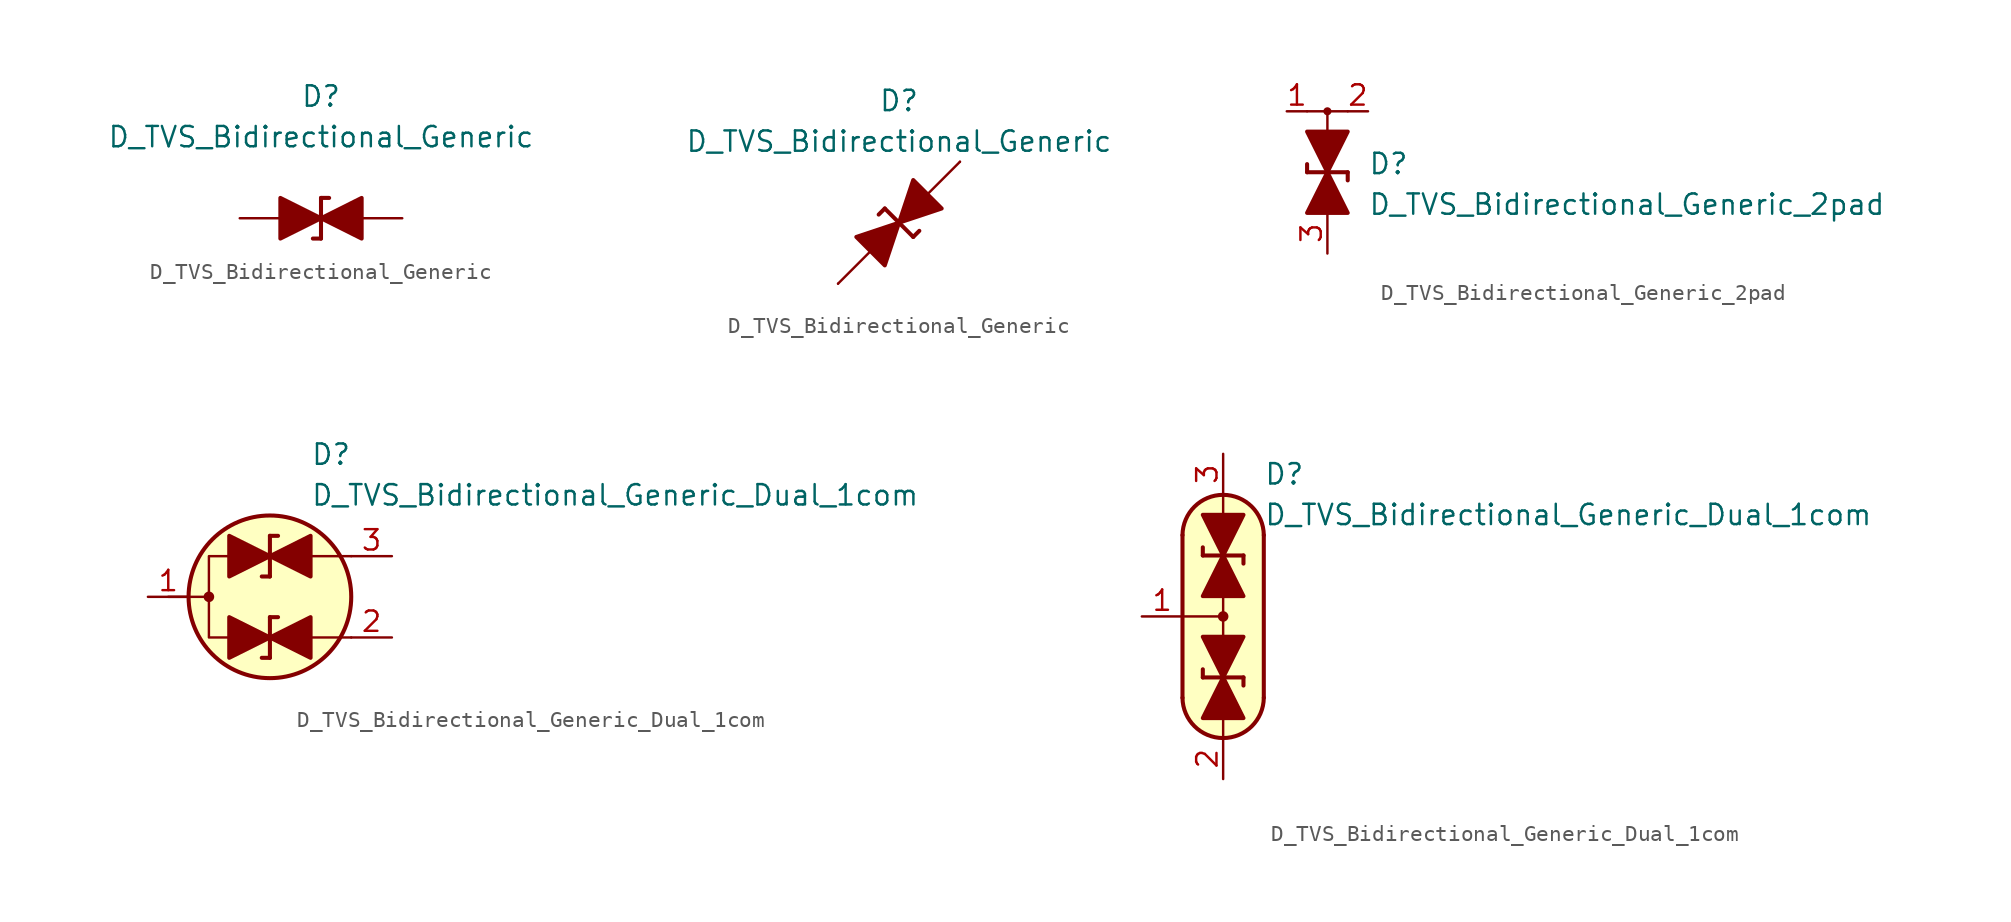
<source format=kicad_sym>
(kicad_symbol_lib
  (version 20231120)
  (generator "kicad_symbol_editor")
  (generator_version "8.0")
  (symbol "D_TVS_Bidirectional_Generic"
    (pin_numbers hide)
    (pin_names
      (offset 1.016) hide)
    (property "Reference" "D"
      (at 0 7.62 0)
      (effects (font (size 1.27 1.27))))
    (property "Value" "D_TVS_Bidirectional_Generic"
      (at 0 5.08 0)
      (effects (font (size 1.27 1.27))))
    (symbol "D_TVS_Bidirectional_Generic_0_1"
      (polyline (pts (xy 0 -1.27) (xy -0.508 -1.27)) (stroke (width 0.254) (type default)) (fill (type none)))
      (polyline (pts (xy 0 1.27) (xy 0 -1.27)) (stroke (width 0.254) (type default)) (fill (type none)))
      (polyline (pts (xy 0 1.27) (xy 0.508 1.27)) (stroke (width 0.254) (type default)) (fill (type none)))
      (polyline (pts (xy 1.27 0) (xy -1.27 0)) (stroke (width 0) (type default)) (fill (type none)))
      (polyline (pts (xy 0 0) (xy -2.54 1.27) (xy -2.54 -1.27) (xy 0 0)) (stroke (width 0.254) (type default)) (fill (type outline)))
      (polyline (pts (xy 2.54 1.27) (xy 2.54 -1.27) (xy 0 0) (xy 2.54 1.27)) (stroke (width 0.254) (type default)) (fill (type outline))))
    (symbol "D_TVS_Bidirectional_Generic_0_2"
      (polyline (pts (xy -3.81 -3.81) (xy 3.81 3.81)) (stroke (width 0) (type default)) (fill (type none)))
      (polyline (pts (xy -0.889 0.889) (xy -1.27 0.508)) (stroke (width 0.254) (type default)) (fill (type none)))
      (polyline (pts (xy -0.889 0.889) (xy 0.889 -0.889)) (stroke (width 0.254) (type default)) (fill (type none)))
      (polyline (pts (xy 0.889 -0.889) (xy 1.27 -0.508)) (stroke (width 0.254) (type default)) (fill (type none)))
      (polyline (pts (xy -1.778 -1.778) (xy -2.667 -0.889) (xy 0 0) (xy -0.889 -2.667) (xy -1.778 -1.778)) (stroke (width 0.254) (type default)) (fill (type outline)))
      (polyline (pts (xy 1.778 1.778) (xy 2.667 0.889) (xy 0 0) (xy 0.889 2.667) (xy 1.778 1.778)) (stroke (width 0.254) (type default)) (fill (type outline))))
    (symbol "D_TVS_Bidirectional_Generic_1_1"
      (pin passive line (at -5.08 0 0) (length 2.54) (name "K" (effects (font (size 1.27 1.27)))) (number "1" (effects (font (size 1.27 1.27)))))
      (pin passive line (at 5.08 0 180) (length 2.54) (name "A" (effects (font (size 1.27 1.27)))) (number "2" (effects (font (size 1.27 1.27))))))
    (symbol "D_TVS_Bidirectional_Generic_1_2"
      (pin passive line (at 3.81 3.81 180) (length 0) (name "K" (effects (font (size 1.27 1.27)))) (number "1" (effects (font (size 1.27 1.27)))))
      (pin passive line (at -3.81 -3.81 0) (length 0) (name "A" (effects (font (size 1.27 1.27)))) (number "2" (effects (font (size 1.27 1.27)))))))
  (symbol "D_TVS_Bidirectional_Generic_2pad"
    (pin_names
      (offset 1.016) hide)
    (property "Reference" "D"
      (at 2.54 1.27 0)
      (effects (font (size 1.27 1.27)) (justify left top)))
    (property "Value" "D_TVS_Bidirectional_Generic_2pad"
      (at 2.54 -1.27 0)
      (effects (font (size 1.27 1.27)) (justify left top)))
    (symbol "D_TVS_Bidirectional_Generic_2pad_0_1"
      (polyline (pts (xy -1.27 0) (xy -1.27 0.508)) (stroke (width 0.254) (type default)) (fill (type none)))
      (polyline (pts (xy -1.27 0) (xy 1.27 0)) (stroke (width 0.254) (type default)) (fill (type none)))
      (polyline (pts (xy 0 1.27) (xy 0 -1.27)) (stroke (width 0) (type default)) (fill (type none)))
      (polyline (pts (xy 0 2.54) (xy 0 1.27)) (stroke (width 0) (type default)) (fill (type none)))
      (polyline (pts (xy 1.27 0) (xy 1.27 -0.508)) (stroke (width 0.254) (type default)) (fill (type none)))
      (polyline (pts (xy -1.27 2.54) (xy 1.27 2.54) (xy 0 0) (xy -1.27 2.54)) (stroke (width 0.254) (type default)) (fill (type outline)))
      (polyline (pts (xy 0 0) (xy -1.27 -2.54) (xy 1.27 -2.54) (xy 0 0)) (stroke (width 0.254) (type default)) (fill (type outline))))
    (symbol "D_TVS_Bidirectional_Generic_2pad_1_1"
      (polyline (pts (xy 0 2.54) (xy 0 3.81)) (stroke (width 0) (type default)) (fill (type none)))
      (polyline (pts (xy 1.27 3.81) (xy -1.27 3.81)) (stroke (width 0) (type default)) (fill (type none)))
      (circle (center 0 3.81) (radius 0.178) (stroke (width 0) (type default)) (fill (type outline)))
      (pin passive line (at -2.54 3.81 0) (length 1.27) (name "In" (effects (font (size 1.27 1.27)))) (number "1" (effects (font (size 1.27 1.27)))))
      (pin passive line (at 2.54 3.81 180) (length 1.27) (name "Out" (effects (font (size 1.27 1.27)))) (number "2" (effects (font (size 1.27 1.27)))))
      (pin passive line (at 0 -5.08 90) (length 2.54) (name "Gnd" (effects (font (size 1.27 1.27)))) (number "3" (effects (font (size 1.27 1.27)))))))
  (symbol "D_TVS_Bidirectional_Generic_Dual_1com"
    (pin_names
      (offset 1.016) hide)
    (property "Reference" "D"
      (at 2.54 8.89 0)
      (effects (font (size 1.27 1.27)) (justify left)))
    (property "Value" "D_TVS_Bidirectional_Generic_Dual_1com"
      (at 2.54 6.35 0)
      (effects (font (size 1.27 1.27)) (justify left)))
    (symbol "D_TVS_Bidirectional_Generic_Dual_1com_0_1"
      (circle (center -3.81 0) (radius 0.254) (stroke (width 0) (type default)) (fill (type outline)))
      (polyline (pts (xy -6.35 0) (xy -3.81 0)) (stroke (width 0) (type default)) (fill (type none)))
      (polyline (pts (xy 1.27 -2.54) (xy 5.08 -2.54)) (stroke (width 0) (type default)) (fill (type none)))
      (polyline (pts (xy 1.27 2.54) (xy 5.08 2.54)) (stroke (width 0) (type default)) (fill (type none)))
      (polyline (pts (xy -2.54 2.54) (xy -3.81 2.54) (xy -3.81 -2.54) (xy -2.54 -2.54)) (stroke (width 0) (type default)) (fill (type none)))
      (circle (center 0 0) (radius 5.08) (stroke (width 0.254) (type default)) (fill (type background))))
    (symbol "D_TVS_Bidirectional_Generic_Dual_1com_0_2"
      (arc (start -2.54 -5.08) (mid 0 -7.5976) (end 2.54 -5.08) (stroke (width 0.254) (type default)) (fill (type none)))
      (polyline (pts (xy -2.54 0) (xy 0 0)) (stroke (width 0) (type default)) (fill (type none)))
      (polyline (pts (xy -2.54 5.08) (xy -2.54 -5.08)) (stroke (width 0.254) (type default)) (fill (type none)))
      (polyline (pts (xy 0 -6.35) (xy 0 -7.62)) (stroke (width 0) (type default)) (fill (type none)))
      (polyline (pts (xy 0 1.27) (xy 0 -1.27)) (stroke (width 0) (type default)) (fill (type none)))
      (polyline (pts (xy 0 6.35) (xy 0 7.62)) (stroke (width 0) (type default)) (fill (type none)))
      (polyline (pts (xy 2.54 -5.08) (xy 2.54 5.08)) (stroke (width 0.254) (type default)) (fill (type none)))
      (polyline (pts (xy 0 -7.62) (xy -1.016 -7.366) (xy -1.778 -6.858) (xy -2.286 -6.096) (xy -2.54 -5.588) (xy -2.54 5.334) (xy -2.286 6.096) (xy -2.032 6.604) (xy -1.524 7.112) (xy -0.254 7.62) (xy 0.254 7.62) (xy 1.524 7.112) (xy 2.032 6.604) (xy 2.286 6.096) (xy 2.54 5.334) (xy 2.54 0.254) (xy 2.54 -5.334) (xy 2.286 -6.096) (xy 2.032 -6.604) (xy 1.524 -7.112) (xy 1.016 -7.366) (xy 0 -7.62)) (stroke (width 0.01) (type default)) (fill (type background)))
      (circle (center 0 0) (radius 0.254) (stroke (width 0) (type default)) (fill (type outline)))
      (arc (start 2.54 5.08) (mid 0 7.5976) (end -2.54 5.08) (stroke (width 0.254) (type default)) (fill (type none))))
    (symbol "D_TVS_Bidirectional_Generic_Dual_1com_1_1"
      (polyline (pts (xy -1.27 -2.54) (xy 1.27 -2.54)) (stroke (width 0) (type default)) (fill (type none)))
      (polyline (pts (xy -1.27 2.54) (xy 1.27 2.54)) (stroke (width 0) (type default)) (fill (type none)))
      (polyline (pts (xy 0 -3.81) (xy -0.508 -3.81)) (stroke (width 0.254) (type default)) (fill (type none)))
      (polyline (pts (xy 0 -3.81) (xy 0 -1.27)) (stroke (width 0.254) (type default)) (fill (type none)))
      (polyline (pts (xy 0 -1.27) (xy 0.508 -1.27)) (stroke (width 0.254) (type default)) (fill (type none)))
      (polyline (pts (xy 0 1.27) (xy -0.508 1.27)) (stroke (width 0.254) (type default)) (fill (type none)))
      (polyline (pts (xy 0 1.27) (xy 0 3.81)) (stroke (width 0.254) (type default)) (fill (type none)))
      (polyline (pts (xy 0 3.81) (xy 0.508 3.81)) (stroke (width 0.254) (type default)) (fill (type none)))
      (polyline (pts (xy -2.54 -3.81) (xy -2.54 -1.27) (xy 0 -2.54) (xy -2.54 -3.81)) (stroke (width 0.254) (type default)) (fill (type outline)))
      (polyline (pts (xy -2.54 1.27) (xy -2.54 3.81) (xy 0 2.54) (xy -2.54 1.27)) (stroke (width 0.254) (type default)) (fill (type outline)))
      (polyline (pts (xy 0 -2.54) (xy 2.54 -3.81) (xy 2.54 -1.27) (xy 0 -2.54)) (stroke (width 0.254) (type default)) (fill (type outline)))
      (polyline (pts (xy 0 2.54) (xy 2.54 1.27) (xy 2.54 3.81) (xy 0 2.54)) (stroke (width 0.254) (type default)) (fill (type outline)))
      (pin passive line (at -7.62 0 0) (length 2.54) (name "Com" (effects (font (size 1.27 1.27)))) (number "1" (effects (font (size 1.27 1.27)))))
      (pin passive line (at 7.62 -2.54 180) (length 2.54) (name "A1" (effects (font (size 1.27 1.27)))) (number "2" (effects (font (size 1.27 1.27)))))
      (pin passive line (at 7.62 2.54 180) (length 2.54) (name "A2" (effects (font (size 1.27 1.27)))) (number "3" (effects (font (size 1.27 1.27))))))
    (symbol "D_TVS_Bidirectional_Generic_Dual_1com_1_2"
      (polyline (pts (xy -1.27 -3.81) (xy -1.27 -3.302)) (stroke (width 0.254) (type default)) (fill (type none)))
      (polyline (pts (xy -1.27 3.81) (xy -1.27 4.318)) (stroke (width 0.254) (type default)) (fill (type none)))
      (polyline (pts (xy 1.27 -3.81) (xy -1.27 -3.81)) (stroke (width 0.254) (type default)) (fill (type none)))
      (polyline (pts (xy 1.27 -3.81) (xy 1.27 -4.318)) (stroke (width 0.254) (type default)) (fill (type none)))
      (polyline (pts (xy 1.27 3.81) (xy -1.27 3.81)) (stroke (width 0.254) (type default)) (fill (type none)))
      (polyline (pts (xy 1.27 3.81) (xy 1.27 3.302)) (stroke (width 0.254) (type default)) (fill (type none)))
      (polyline (pts (xy 0 -3.81) (xy 1.27 -1.27) (xy -1.27 -1.27) (xy 0 -3.81)) (stroke (width 0.254) (type default)) (fill (type outline)))
      (polyline (pts (xy 0 3.81) (xy 1.27 6.35) (xy -1.27 6.35) (xy 0 3.81)) (stroke (width 0.254) (type default)) (fill (type outline)))
      (polyline (pts (xy 1.27 -6.35) (xy -1.27 -6.35) (xy 0 -3.81) (xy 1.27 -6.35)) (stroke (width 0.254) (type default)) (fill (type outline)))
      (polyline (pts (xy 1.27 1.27) (xy -1.27 1.27) (xy 0 3.81) (xy 1.27 1.27)) (stroke (width 0.254) (type default)) (fill (type outline)))
      (pin passive line (at -5.08 0 0) (length 2.54) (name "Com" (effects (font (size 1.27 1.27)))) (number "1" (effects (font (size 1.27 1.27)))))
      (pin passive line (at 0 -10.16 90) (length 2.54) (name "A1" (effects (font (size 1.27 1.27)))) (number "2" (effects (font (size 1.27 1.27)))))
      (pin passive line (at 0 10.16 270) (length 2.54) (name "A2" (effects (font (size 1.27 1.27)))) (number "3" (effects (font (size 1.27 1.27))))))))
</source>
